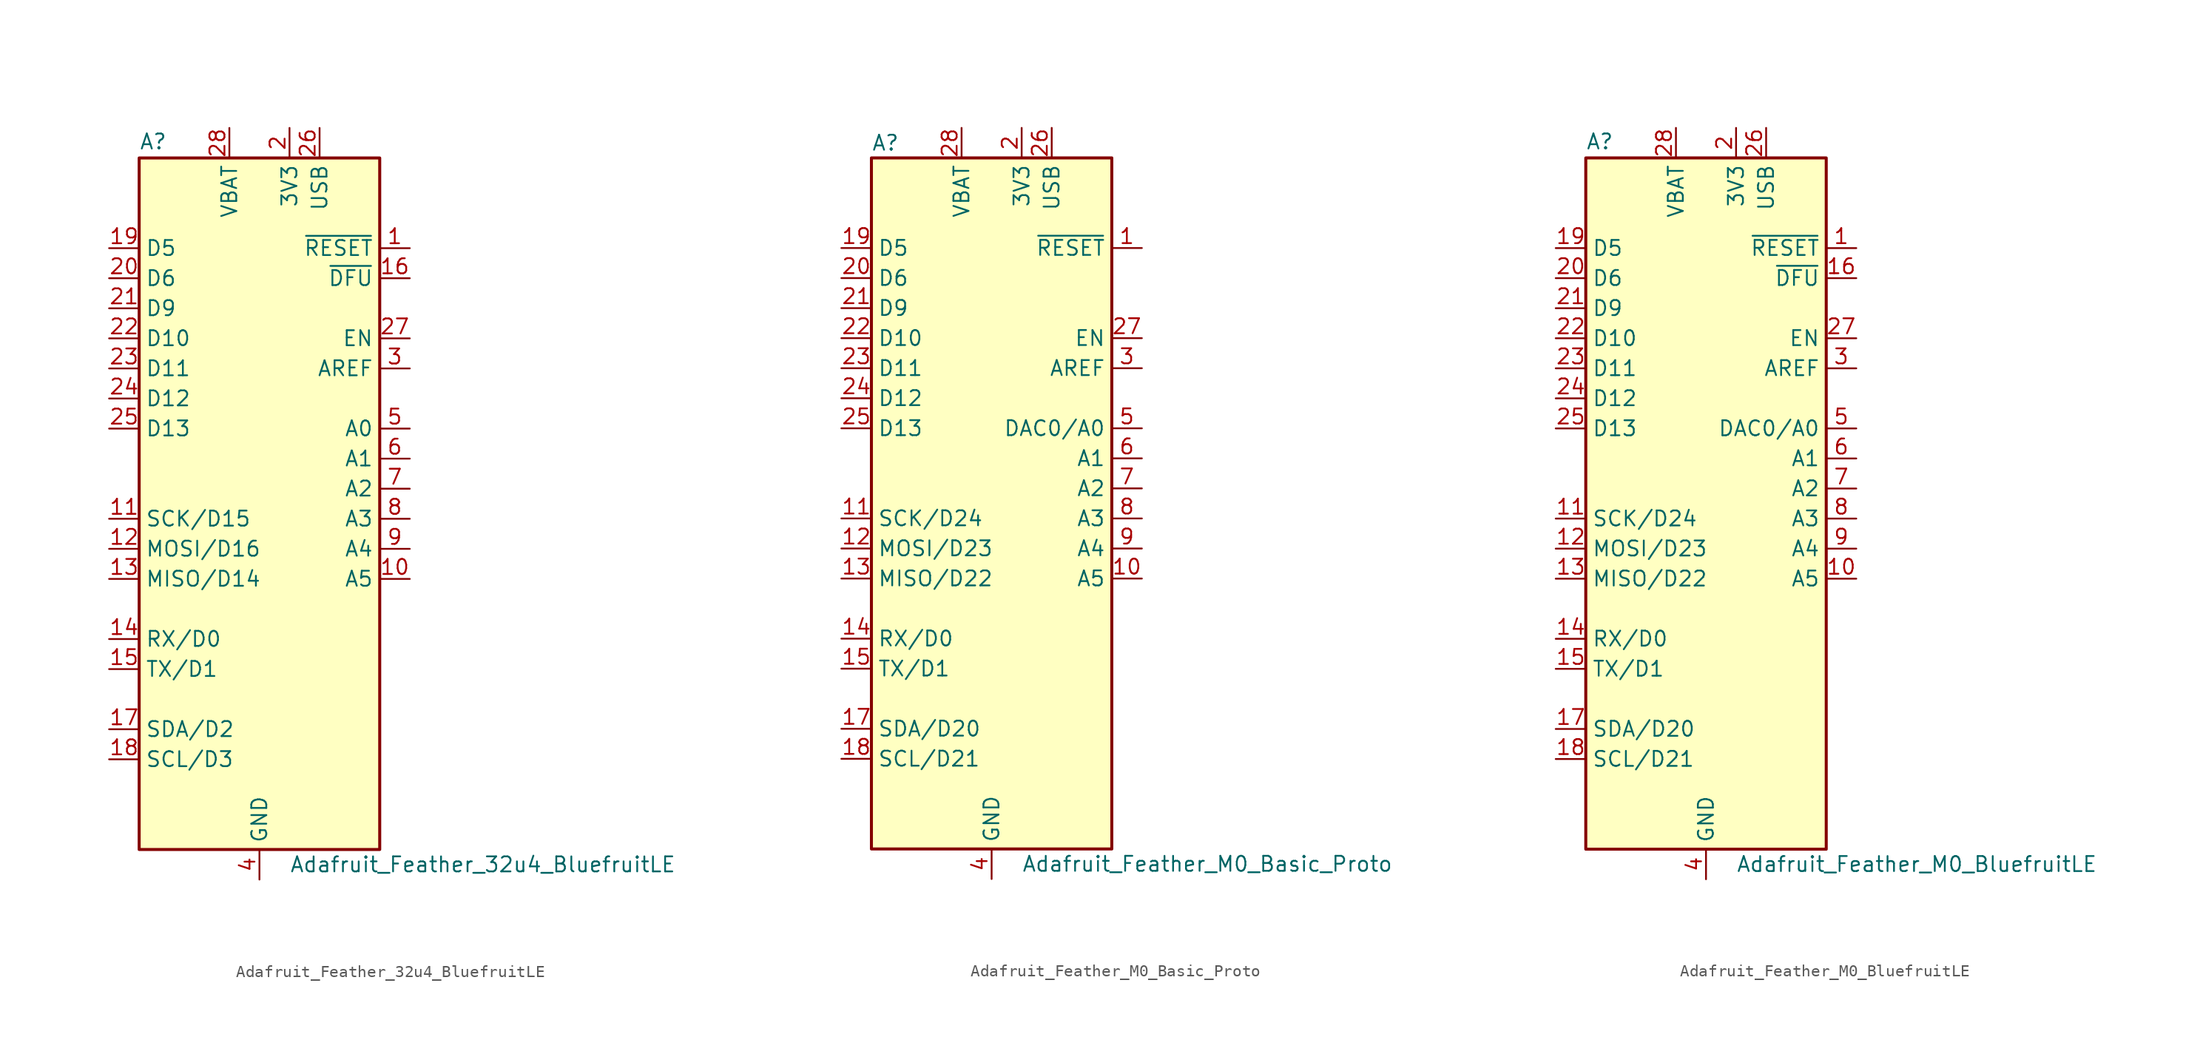
<source format=kicad_sym>
(kicad_symbol_lib
  (version 20220914)
  (generator kicad_symbol_editor)
  (symbol "Adafruit_Feather_32u4_BluefruitLE"
    (property "Reference" "A"
      (at -10.16 28.575 0)
      (effects (font (size 1.27 1.27)) (justify left bottom)))
    (property "Value" "Adafruit_Feather_32u4_BluefruitLE"
      (at 2.54 -31.75 0)
      (effects (font (size 1.27 1.27)) (justify left)))
    (symbol "Adafruit_Feather_32u4_BluefruitLE_0_1"
      (rectangle (start -10.16 27.94) (end 10.16 -30.48) (stroke (width 0.254) (type default)) (fill (type background))))
    (symbol "Adafruit_Feather_32u4_BluefruitLE_1_1"
      (pin input line (at 12.7 20.32 180) (length 2.54) (name "~{RESET}" (effects (font (size 1.27 1.27)))) (number "1" (effects (font (size 1.27 1.27)))))
      (pin bidirectional line (at 12.7 -7.62 180) (length 2.54) (name "A5" (effects (font (size 1.27 1.27)))) (number "10" (effects (font (size 1.27 1.27)))))
      (pin bidirectional line (at -12.7 -2.54 0) (length 2.54) (name "SCK/D15" (effects (font (size 1.27 1.27)))) (number "11" (effects (font (size 1.27 1.27)))))
      (pin bidirectional line (at -12.7 -5.08 0) (length 2.54) (name "MOSI/D16" (effects (font (size 1.27 1.27)))) (number "12" (effects (font (size 1.27 1.27)))))
      (pin bidirectional line (at -12.7 -7.62 0) (length 2.54) (name "MISO/D14" (effects (font (size 1.27 1.27)))) (number "13" (effects (font (size 1.27 1.27)))))
      (pin bidirectional line (at -12.7 -12.7 0) (length 2.54) (name "RX/D0" (effects (font (size 1.27 1.27)))) (number "14" (effects (font (size 1.27 1.27)))))
      (pin bidirectional line (at -12.7 -15.24 0) (length 2.54) (name "TX/D1" (effects (font (size 1.27 1.27)))) (number "15" (effects (font (size 1.27 1.27)))))
      (pin input line (at 12.7 17.78 180) (length 2.54) (name "~{DFU}" (effects (font (size 1.27 1.27)))) (number "16" (effects (font (size 1.27 1.27)))))
      (pin bidirectional line (at -12.7 -20.32 0) (length 2.54) (name "SDA/D2" (effects (font (size 1.27 1.27)))) (number "17" (effects (font (size 1.27 1.27)))))
      (pin bidirectional line (at -12.7 -22.86 0) (length 2.54) (name "SCL/D3" (effects (font (size 1.27 1.27)))) (number "18" (effects (font (size 1.27 1.27)))))
      (pin bidirectional line (at -12.7 20.32 0) (length 2.54) (name "D5" (effects (font (size 1.27 1.27)))) (number "19" (effects (font (size 1.27 1.27)))))
      (pin power_in line (at 2.54 30.48 270) (length 2.54) (name "3V3" (effects (font (size 1.27 1.27)))) (number "2" (effects (font (size 1.27 1.27)))))
      (pin bidirectional line (at -12.7 17.78 0) (length 2.54) (name "D6" (effects (font (size 1.27 1.27)))) (number "20" (effects (font (size 1.27 1.27)))))
      (pin bidirectional line (at -12.7 15.24 0) (length 2.54) (name "D9" (effects (font (size 1.27 1.27)))) (number "21" (effects (font (size 1.27 1.27)))))
      (pin bidirectional line (at -12.7 12.7 0) (length 2.54) (name "D10" (effects (font (size 1.27 1.27)))) (number "22" (effects (font (size 1.27 1.27)))))
      (pin bidirectional line (at -12.7 10.16 0) (length 2.54) (name "D11" (effects (font (size 1.27 1.27)))) (number "23" (effects (font (size 1.27 1.27)))))
      (pin bidirectional line (at -12.7 7.62 0) (length 2.54) (name "D12" (effects (font (size 1.27 1.27)))) (number "24" (effects (font (size 1.27 1.27)))))
      (pin bidirectional line (at -12.7 5.08 0) (length 2.54) (name "D13" (effects (font (size 1.27 1.27)))) (number "25" (effects (font (size 1.27 1.27)))))
      (pin power_in line (at 5.08 30.48 270) (length 2.54) (name "USB" (effects (font (size 1.27 1.27)))) (number "26" (effects (font (size 1.27 1.27)))))
      (pin input line (at 12.7 12.7 180) (length 2.54) (name "EN" (effects (font (size 1.27 1.27)))) (number "27" (effects (font (size 1.27 1.27)))))
      (pin power_in line (at -2.54 30.48 270) (length 2.54) (name "VBAT" (effects (font (size 1.27 1.27)))) (number "28" (effects (font (size 1.27 1.27)))))
      (pin input line (at 12.7 10.16 180) (length 2.54) (name "AREF" (effects (font (size 1.27 1.27)))) (number "3" (effects (font (size 1.27 1.27)))))
      (pin power_in line (at 0 -33.02 90) (length 2.54) (name "GND" (effects (font (size 1.27 1.27)))) (number "4" (effects (font (size 1.27 1.27)))))
      (pin bidirectional line (at 12.7 5.08 180) (length 2.54) (name "A0" (effects (font (size 1.27 1.27)))) (number "5" (effects (font (size 1.27 1.27)))))
      (pin bidirectional line (at 12.7 2.54 180) (length 2.54) (name "A1" (effects (font (size 1.27 1.27)))) (number "6" (effects (font (size 1.27 1.27)))))
      (pin bidirectional line (at 12.7 0 180) (length 2.54) (name "A2" (effects (font (size 1.27 1.27)))) (number "7" (effects (font (size 1.27 1.27)))))
      (pin bidirectional line (at 12.7 -2.54 180) (length 2.54) (name "A3" (effects (font (size 1.27 1.27)))) (number "8" (effects (font (size 1.27 1.27)))))
      (pin bidirectional line (at 12.7 -5.08 180) (length 2.54) (name "A4" (effects (font (size 1.27 1.27)))) (number "9" (effects (font (size 1.27 1.27)))))))
  (symbol "Adafruit_Feather_M0_Basic_Proto"
    (property "Reference" "A"
      (at -10.16 29.21 0)
      (effects (font (size 1.27 1.27)) (justify left)))
    (property "Value" "Adafruit_Feather_M0_Basic_Proto"
      (at 2.54 -31.75 0)
      (effects (font (size 1.27 1.27)) (justify left)))
    (symbol "Adafruit_Feather_M0_Basic_Proto_0_1"
      (rectangle (start -10.16 27.94) (end 10.16 -30.48) (stroke (width 0.254) (type default)) (fill (type background))))
    (symbol "Adafruit_Feather_M0_Basic_Proto_1_1"
      (pin input line (at 12.7 20.32 180) (length 2.54) (name "~{RESET}" (effects (font (size 1.27 1.27)))) (number "1" (effects (font (size 1.27 1.27)))))
      (pin bidirectional line (at 12.7 -7.62 180) (length 2.54) (name "A5" (effects (font (size 1.27 1.27)))) (number "10" (effects (font (size 1.27 1.27)))))
      (pin bidirectional line (at -12.7 -2.54 0) (length 2.54) (name "SCK/D24" (effects (font (size 1.27 1.27)))) (number "11" (effects (font (size 1.27 1.27)))))
      (pin bidirectional line (at -12.7 -5.08 0) (length 2.54) (name "MOSI/D23" (effects (font (size 1.27 1.27)))) (number "12" (effects (font (size 1.27 1.27)))))
      (pin bidirectional line (at -12.7 -7.62 0) (length 2.54) (name "MISO/D22" (effects (font (size 1.27 1.27)))) (number "13" (effects (font (size 1.27 1.27)))))
      (pin bidirectional line (at -12.7 -12.7 0) (length 2.54) (name "RX/D0" (effects (font (size 1.27 1.27)))) (number "14" (effects (font (size 1.27 1.27)))))
      (pin bidirectional line (at -12.7 -15.24 0) (length 2.54) (name "TX/D1" (effects (font (size 1.27 1.27)))) (number "15" (effects (font (size 1.27 1.27)))))
      (pin passive line (at 0 -33.02 90) (length 2.54) hide (name "GND" (effects (font (size 1.27 1.27)))) (number "16" (effects (font (size 1.27 1.27)))))
      (pin bidirectional line (at -12.7 -20.32 0) (length 2.54) (name "SDA/D20" (effects (font (size 1.27 1.27)))) (number "17" (effects (font (size 1.27 1.27)))))
      (pin bidirectional line (at -12.7 -22.86 0) (length 2.54) (name "SCL/D21" (effects (font (size 1.27 1.27)))) (number "18" (effects (font (size 1.27 1.27)))))
      (pin bidirectional line (at -12.7 20.32 0) (length 2.54) (name "D5" (effects (font (size 1.27 1.27)))) (number "19" (effects (font (size 1.27 1.27)))))
      (pin power_in line (at 2.54 30.48 270) (length 2.54) (name "3V3" (effects (font (size 1.27 1.27)))) (number "2" (effects (font (size 1.27 1.27)))))
      (pin bidirectional line (at -12.7 17.78 0) (length 2.54) (name "D6" (effects (font (size 1.27 1.27)))) (number "20" (effects (font (size 1.27 1.27)))))
      (pin bidirectional line (at -12.7 15.24 0) (length 2.54) (name "D9" (effects (font (size 1.27 1.27)))) (number "21" (effects (font (size 1.27 1.27)))))
      (pin bidirectional line (at -12.7 12.7 0) (length 2.54) (name "D10" (effects (font (size 1.27 1.27)))) (number "22" (effects (font (size 1.27 1.27)))))
      (pin bidirectional line (at -12.7 10.16 0) (length 2.54) (name "D11" (effects (font (size 1.27 1.27)))) (number "23" (effects (font (size 1.27 1.27)))))
      (pin bidirectional line (at -12.7 7.62 0) (length 2.54) (name "D12" (effects (font (size 1.27 1.27)))) (number "24" (effects (font (size 1.27 1.27)))))
      (pin bidirectional line (at -12.7 5.08 0) (length 2.54) (name "D13" (effects (font (size 1.27 1.27)))) (number "25" (effects (font (size 1.27 1.27)))))
      (pin power_in line (at 5.08 30.48 270) (length 2.54) (name "USB" (effects (font (size 1.27 1.27)))) (number "26" (effects (font (size 1.27 1.27)))))
      (pin input line (at 12.7 12.7 180) (length 2.54) (name "EN" (effects (font (size 1.27 1.27)))) (number "27" (effects (font (size 1.27 1.27)))))
      (pin power_in line (at -2.54 30.48 270) (length 2.54) (name "VBAT" (effects (font (size 1.27 1.27)))) (number "28" (effects (font (size 1.27 1.27)))))
      (pin input line (at 12.7 10.16 180) (length 2.54) (name "AREF" (effects (font (size 1.27 1.27)))) (number "3" (effects (font (size 1.27 1.27)))))
      (pin power_in line (at 0 -33.02 90) (length 2.54) (name "GND" (effects (font (size 1.27 1.27)))) (number "4" (effects (font (size 1.27 1.27)))))
      (pin bidirectional line (at 12.7 5.08 180) (length 2.54) (name "DAC0/A0" (effects (font (size 1.27 1.27)))) (number "5" (effects (font (size 1.27 1.27)))))
      (pin bidirectional line (at 12.7 2.54 180) (length 2.54) (name "A1" (effects (font (size 1.27 1.27)))) (number "6" (effects (font (size 1.27 1.27)))))
      (pin bidirectional line (at 12.7 0 180) (length 2.54) (name "A2" (effects (font (size 1.27 1.27)))) (number "7" (effects (font (size 1.27 1.27)))))
      (pin bidirectional line (at 12.7 -2.54 180) (length 2.54) (name "A3" (effects (font (size 1.27 1.27)))) (number "8" (effects (font (size 1.27 1.27)))))
      (pin bidirectional line (at 12.7 -5.08 180) (length 2.54) (name "A4" (effects (font (size 1.27 1.27)))) (number "9" (effects (font (size 1.27 1.27)))))))
  (symbol "Adafruit_Feather_M0_BluefruitLE"
    (property "Reference" "A"
      (at -10.16 28.575 0)
      (effects (font (size 1.27 1.27)) (justify left bottom)))
    (property "Value" "Adafruit_Feather_M0_BluefruitLE"
      (at 2.54 -31.75 0)
      (effects (font (size 1.27 1.27)) (justify left)))
    (symbol "Adafruit_Feather_M0_BluefruitLE_0_1"
      (rectangle (start -10.16 27.94) (end 10.16 -30.48) (stroke (width 0.254) (type default)) (fill (type background))))
    (symbol "Adafruit_Feather_M0_BluefruitLE_1_1"
      (pin input line (at 12.7 20.32 180) (length 2.54) (name "~{RESET}" (effects (font (size 1.27 1.27)))) (number "1" (effects (font (size 1.27 1.27)))))
      (pin bidirectional line (at 12.7 -7.62 180) (length 2.54) (name "A5" (effects (font (size 1.27 1.27)))) (number "10" (effects (font (size 1.27 1.27)))))
      (pin bidirectional line (at -12.7 -2.54 0) (length 2.54) (name "SCK/D24" (effects (font (size 1.27 1.27)))) (number "11" (effects (font (size 1.27 1.27)))))
      (pin bidirectional line (at -12.7 -5.08 0) (length 2.54) (name "MOSI/D23" (effects (font (size 1.27 1.27)))) (number "12" (effects (font (size 1.27 1.27)))))
      (pin bidirectional line (at -12.7 -7.62 0) (length 2.54) (name "MISO/D22" (effects (font (size 1.27 1.27)))) (number "13" (effects (font (size 1.27 1.27)))))
      (pin bidirectional line (at -12.7 -12.7 0) (length 2.54) (name "RX/D0" (effects (font (size 1.27 1.27)))) (number "14" (effects (font (size 1.27 1.27)))))
      (pin bidirectional line (at -12.7 -15.24 0) (length 2.54) (name "TX/D1" (effects (font (size 1.27 1.27)))) (number "15" (effects (font (size 1.27 1.27)))))
      (pin input line (at 12.7 17.78 180) (length 2.54) (name "~{DFU}" (effects (font (size 1.27 1.27)))) (number "16" (effects (font (size 1.27 1.27)))))
      (pin bidirectional line (at -12.7 -20.32 0) (length 2.54) (name "SDA/D20" (effects (font (size 1.27 1.27)))) (number "17" (effects (font (size 1.27 1.27)))))
      (pin bidirectional line (at -12.7 -22.86 0) (length 2.54) (name "SCL/D21" (effects (font (size 1.27 1.27)))) (number "18" (effects (font (size 1.27 1.27)))))
      (pin bidirectional line (at -12.7 20.32 0) (length 2.54) (name "D5" (effects (font (size 1.27 1.27)))) (number "19" (effects (font (size 1.27 1.27)))))
      (pin power_in line (at 2.54 30.48 270) (length 2.54) (name "3V3" (effects (font (size 1.27 1.27)))) (number "2" (effects (font (size 1.27 1.27)))))
      (pin bidirectional line (at -12.7 17.78 0) (length 2.54) (name "D6" (effects (font (size 1.27 1.27)))) (number "20" (effects (font (size 1.27 1.27)))))
      (pin bidirectional line (at -12.7 15.24 0) (length 2.54) (name "D9" (effects (font (size 1.27 1.27)))) (number "21" (effects (font (size 1.27 1.27)))))
      (pin bidirectional line (at -12.7 12.7 0) (length 2.54) (name "D10" (effects (font (size 1.27 1.27)))) (number "22" (effects (font (size 1.27 1.27)))))
      (pin bidirectional line (at -12.7 10.16 0) (length 2.54) (name "D11" (effects (font (size 1.27 1.27)))) (number "23" (effects (font (size 1.27 1.27)))))
      (pin bidirectional line (at -12.7 7.62 0) (length 2.54) (name "D12" (effects (font (size 1.27 1.27)))) (number "24" (effects (font (size 1.27 1.27)))))
      (pin bidirectional line (at -12.7 5.08 0) (length 2.54) (name "D13" (effects (font (size 1.27 1.27)))) (number "25" (effects (font (size 1.27 1.27)))))
      (pin power_in line (at 5.08 30.48 270) (length 2.54) (name "USB" (effects (font (size 1.27 1.27)))) (number "26" (effects (font (size 1.27 1.27)))))
      (pin input line (at 12.7 12.7 180) (length 2.54) (name "EN" (effects (font (size 1.27 1.27)))) (number "27" (effects (font (size 1.27 1.27)))))
      (pin power_in line (at -2.54 30.48 270) (length 2.54) (name "VBAT" (effects (font (size 1.27 1.27)))) (number "28" (effects (font (size 1.27 1.27)))))
      (pin input line (at 12.7 10.16 180) (length 2.54) (name "AREF" (effects (font (size 1.27 1.27)))) (number "3" (effects (font (size 1.27 1.27)))))
      (pin power_in line (at 0 -33.02 90) (length 2.54) (name "GND" (effects (font (size 1.27 1.27)))) (number "4" (effects (font (size 1.27 1.27)))))
      (pin bidirectional line (at 12.7 5.08 180) (length 2.54) (name "DAC0/A0" (effects (font (size 1.27 1.27)))) (number "5" (effects (font (size 1.27 1.27)))))
      (pin bidirectional line (at 12.7 2.54 180) (length 2.54) (name "A1" (effects (font (size 1.27 1.27)))) (number "6" (effects (font (size 1.27 1.27)))))
      (pin bidirectional line (at 12.7 0 180) (length 2.54) (name "A2" (effects (font (size 1.27 1.27)))) (number "7" (effects (font (size 1.27 1.27)))))
      (pin bidirectional line (at 12.7 -2.54 180) (length 2.54) (name "A3" (effects (font (size 1.27 1.27)))) (number "8" (effects (font (size 1.27 1.27)))))
      (pin bidirectional line (at 12.7 -5.08 180) (length 2.54) (name "A4" (effects (font (size 1.27 1.27)))) (number "9" (effects (font (size 1.27 1.27))))))))
</source>
